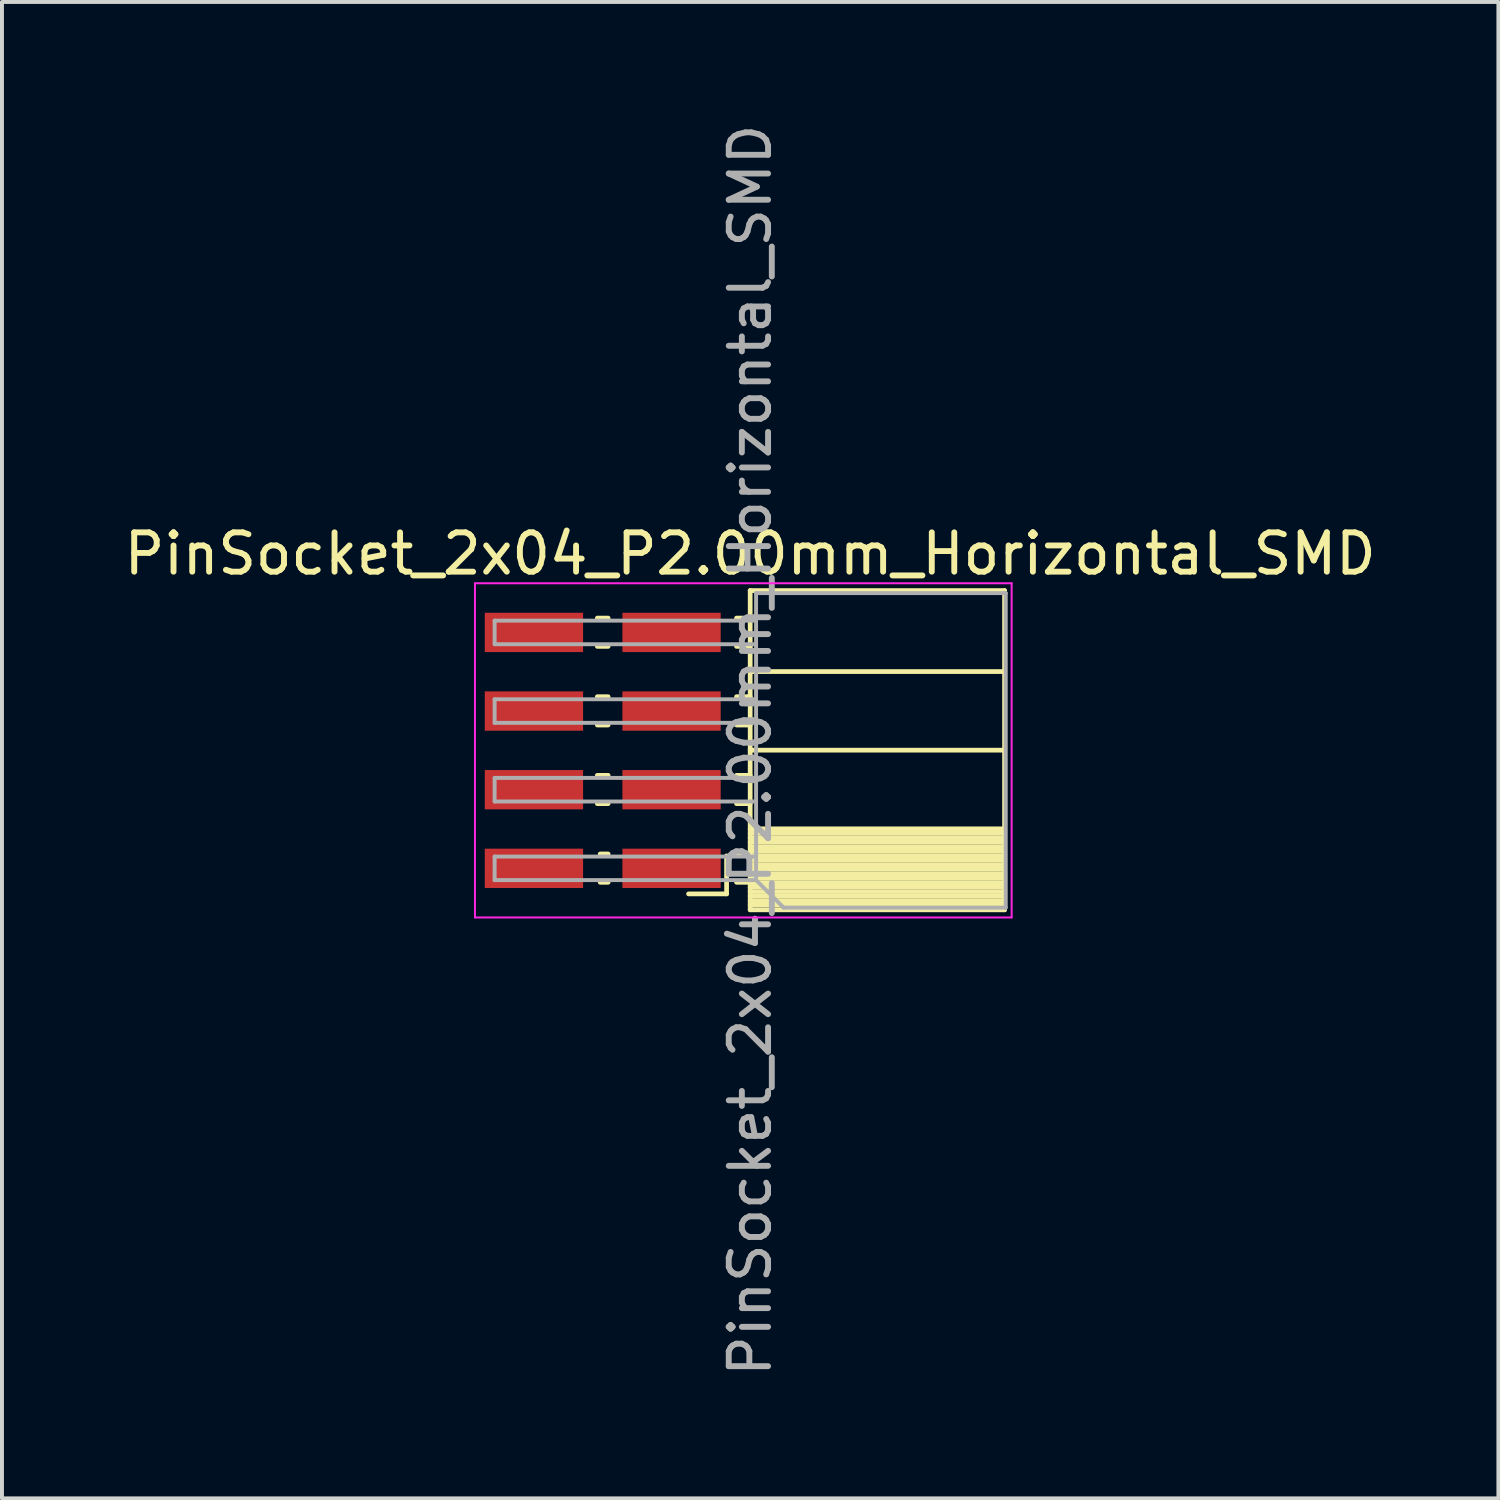
<source format=kicad_pcb>
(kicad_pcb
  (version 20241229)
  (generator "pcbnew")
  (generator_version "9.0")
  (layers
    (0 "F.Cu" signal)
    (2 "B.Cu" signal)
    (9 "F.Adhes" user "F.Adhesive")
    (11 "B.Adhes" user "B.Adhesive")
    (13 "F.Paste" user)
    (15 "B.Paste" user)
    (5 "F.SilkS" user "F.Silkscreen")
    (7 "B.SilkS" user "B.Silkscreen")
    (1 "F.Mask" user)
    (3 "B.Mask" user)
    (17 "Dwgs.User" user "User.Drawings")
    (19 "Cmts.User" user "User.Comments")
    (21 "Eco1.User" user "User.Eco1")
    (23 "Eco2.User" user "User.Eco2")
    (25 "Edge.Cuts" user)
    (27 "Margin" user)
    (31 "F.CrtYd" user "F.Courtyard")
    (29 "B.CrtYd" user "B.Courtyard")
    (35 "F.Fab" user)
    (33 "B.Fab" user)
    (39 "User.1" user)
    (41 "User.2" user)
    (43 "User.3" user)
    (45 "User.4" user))
  (footprint "PinSocket_2x04_P2.00mm_Horizontal_SMD"
    (layer "F.Cu")
    (at 16.03 16.035)
    (property "Reference" "PinSocket_2x04_P2.00mm_Horizontal_SMD" (at 0 -5 0) (layer "F.SilkS") (effects (font (size 1 1) (thickness 0.15))))
    (attr smd)
    (fp_line (start -3.613 -3.365) (end -3.887 -3.365) (stroke (width 0.12) (type solid)) (layer "F.SilkS"))
    (fp_line (start -3.613 -2.645) (end -3.887 -2.645) (stroke (width 0.12) (type solid)) (layer "F.SilkS"))
    (fp_line (start -3.613 -1.365) (end -3.887 -1.365) (stroke (width 0.12) (type solid)) (layer "F.SilkS"))
    (fp_line (start -3.613 -0.645) (end -3.887 -0.645) (stroke (width 0.12) (type solid)) (layer "F.SilkS"))
    (fp_line (start -3.613 0.635) (end -3.887 0.635) (stroke (width 0.12) (type solid)) (layer "F.SilkS"))
    (fp_line (start -3.613 1.355) (end -3.887 1.355) (stroke (width 0.12) (type solid)) (layer "F.SilkS"))
    (fp_line (start -3.613 2.635) (end -3.815 2.635) (stroke (width 0.12) (type solid)) (layer "F.SilkS"))
    (fp_line (start -3.613 3.355) (end -3.815 3.355) (stroke (width 0.12) (type solid)) (layer "F.SilkS"))
    (fp_line (start -1.567 3.65) (end -0.6 3.65) (stroke (width 0.12) (type solid)) (layer "F.SilkS"))
    (fp_line (start -0.6 2.683) (end -0.6 3.65) (stroke (width 0.12) (type solid)) (layer "F.SilkS"))
    (fp_line (start 0 -3.365) (end -0.347 -3.365) (stroke (width 0.12) (type solid)) (layer "F.SilkS"))
    (fp_line (start 0 -2.645) (end -0.347 -2.645) (stroke (width 0.12) (type solid)) (layer "F.SilkS"))
    (fp_line (start 0 -1.365) (end -0.347 -1.365) (stroke (width 0.12) (type solid)) (layer "F.SilkS"))
    (fp_line (start 0 -0.645) (end -0.347 -0.645) (stroke (width 0.12) (type solid)) (layer "F.SilkS"))
    (fp_line (start 0 0.635) (end -0.347 0.635) (stroke (width 0.12) (type solid)) (layer "F.SilkS"))
    (fp_line (start 0 1.355) (end -0.347 1.355) (stroke (width 0.12) (type solid)) (layer "F.SilkS"))
    (fp_line (start 0 2.635) (end -0.347 2.635) (stroke (width 0.12) (type solid)) (layer "F.SilkS"))
    (fp_line (start 0 3.355) (end -0.347 3.355) (stroke (width 0.12) (type solid)) (layer "F.SilkS"))
    (fp_line (start 0 4.055) (end 0 -4.065) (stroke (width 0.12) (type solid)) (layer "F.SilkS"))
    (fp_line (start 6.47 -4.065) (end 0 -4.065) (stroke (width 0.12) (type solid)) (layer "F.SilkS"))
    (fp_line (start 6.47 -2.005) (end 0 -2.005) (stroke (width 0.12) (type solid)) (layer "F.SilkS"))
    (fp_line (start 6.47 -0.005) (end 0 -0.005) (stroke (width 0.12) (type solid)) (layer "F.SilkS"))
    (fp_line (start 6.47 1.995) (end 0 1.995) (stroke (width 0.12) (type solid)) (layer "F.SilkS"))
    (fp_line (start 6.47 2.109) (end 0 2.109) (stroke (width 0.12) (type solid)) (layer "F.SilkS"))
    (fp_line (start 6.47 2.223) (end 0 2.223) (stroke (width 0.12) (type solid)) (layer "F.SilkS"))
    (fp_line (start 6.47 2.337) (end 0 2.337) (stroke (width 0.12) (type solid)) (layer "F.SilkS"))
    (fp_line (start 6.47 2.451) (end 0 2.451) (stroke (width 0.12) (type solid)) (layer "F.SilkS"))
    (fp_line (start 6.47 2.565) (end 0 2.565) (stroke (width 0.12) (type solid)) (layer "F.SilkS"))
    (fp_line (start 6.47 2.679) (end 0 2.679) (stroke (width 0.12) (type solid)) (layer "F.SilkS"))
    (fp_line (start 6.47 2.794) (end 0 2.794) (stroke (width 0.12) (type solid)) (layer "F.SilkS"))
    (fp_line (start 6.47 2.908) (end 0 2.908) (stroke (width 0.12) (type solid)) (layer "F.SilkS"))
    (fp_line (start 6.47 3.022) (end 0 3.022) (stroke (width 0.12) (type solid)) (layer "F.SilkS"))
    (fp_line (start 6.47 3.136) (end 0 3.136) (stroke (width 0.12) (type solid)) (layer "F.SilkS"))
    (fp_line (start 6.47 3.25) (end 0 3.25) (stroke (width 0.12) (type solid)) (layer "F.SilkS"))
    (fp_line (start 6.47 3.364) (end 0 3.364) (stroke (width 0.12) (type solid)) (layer "F.SilkS"))
    (fp_line (start 6.47 3.478) (end 0 3.478) (stroke (width 0.12) (type solid)) (layer "F.SilkS"))
    (fp_line (start 6.47 3.592) (end 0 3.592) (stroke (width 0.12) (type solid)) (layer "F.SilkS"))
    (fp_line (start 6.47 3.706) (end 0 3.706) (stroke (width 0.12) (type solid)) (layer "F.SilkS"))
    (fp_line (start 6.47 3.821) (end 0 3.821) (stroke (width 0.12) (type solid)) (layer "F.SilkS"))
    (fp_line (start 6.47 3.935) (end 0 3.935) (stroke (width 0.12) (type solid)) (layer "F.SilkS"))
    (fp_line (start 6.47 4.055) (end 0 4.055) (stroke (width 0.12) (type solid)) (layer "F.SilkS"))
    (fp_line (start 6.47 4.055) (end 6.47 -4.065) (stroke (width 0.12) (type solid)) (layer "F.SilkS"))
    (fp_line (start -7 -4.25) (end 6.65 -4.25) (stroke (width 0.05) (type solid)) (layer "F.CrtYd"))
    (fp_line (start -7 4.25) (end -7 -4.25) (stroke (width 0.05) (type solid)) (layer "F.CrtYd"))
    (fp_line (start 6.65 -4.25) (end 6.65 4.25) (stroke (width 0.05) (type solid)) (layer "F.CrtYd"))
    (fp_line (start 6.65 4.25) (end -7 4.25) (stroke (width 0.05) (type solid)) (layer "F.CrtYd"))
    (fp_line (start -6.5 -3.3) (end -6.5 -2.7) (stroke (width 0.1) (type solid)) (layer "F.Fab"))
    (fp_line (start -6.5 -2.7) (end 0.15 -2.7) (stroke (width 0.1) (type solid)) (layer "F.Fab"))
    (fp_line (start -6.5 -1.3) (end -6.5 -0.7) (stroke (width 0.1) (type solid)) (layer "F.Fab"))
    (fp_line (start -6.5 -0.7) (end 0.15 -0.7) (stroke (width 0.1) (type solid)) (layer "F.Fab"))
    (fp_line (start -6.5 0.7) (end -6.5 1.3) (stroke (width 0.1) (type solid)) (layer "F.Fab"))
    (fp_line (start -6.5 1.3) (end 0.15 1.3) (stroke (width 0.1) (type solid)) (layer "F.Fab"))
    (fp_line (start -6.5 2.7) (end -6.5 3.3) (stroke (width 0.1) (type solid)) (layer "F.Fab"))
    (fp_line (start -6.5 3.3) (end 0.15 3.3) (stroke (width 0.1) (type solid)) (layer "F.Fab"))
    (fp_line (start 0.15 -4) (end 6.5 -4) (stroke (width 0.1) (type solid)) (layer "F.Fab"))
    (fp_line (start 0.15 -3.3) (end -6.5 -3.3) (stroke (width 0.1) (type solid)) (layer "F.Fab"))
    (fp_line (start 0.15 -1.3) (end -6.5 -1.3) (stroke (width 0.1) (type solid)) (layer "F.Fab"))
    (fp_line (start 0.15 0.7) (end -6.5 0.7) (stroke (width 0.1) (type solid)) (layer "F.Fab"))
    (fp_line (start 0.15 2.7) (end -6.5 2.7) (stroke (width 0.1) (type solid)) (layer "F.Fab"))
    (fp_line (start 0.15 3.3) (end 0.15 -4) (stroke (width 0.1) (type solid)) (layer "F.Fab"))
    (fp_line (start 0.85 4) (end 0.15 3.3) (stroke (width 0.1) (type solid)) (layer "F.Fab"))
    (fp_line (start 6.5 -4) (end 6.5 4) (stroke (width 0.1) (type solid)) (layer "F.Fab"))
    (fp_line (start 6.5 4) (end 0.85 4) (stroke (width 0.1) (type solid)) (layer "F.Fab"))
    (fp_text user "${REFERENCE}" (at 0 -0.005 90) (layer "F.Fab") (effects (font (size 1 1) (thickness 0.15))))
    (pad "1" smd rect (at -2 3 180) (size 2.5 1) (layers "F.Cu" "F.Mask" "F.Paste"))
    (pad "2" smd rect (at -5.5 3 180) (size 2.5 1) (layers "F.Cu" "F.Mask" "F.Paste"))
    (pad "3" smd rect (at -2 1 180) (size 2.5 1) (layers "F.Cu" "F.Mask" "F.Paste"))
    (pad "4" smd rect (at -5.5 1 180) (size 2.5 1) (layers "F.Cu" "F.Mask" "F.Paste"))
    (pad "5" smd rect (at -2 -1 180) (size 2.5 1) (layers "F.Cu" "F.Mask" "F.Paste"))
    (pad "6" smd rect (at -5.5 -1 180) (size 2.5 1) (layers "F.Cu" "F.Mask" "F.Paste"))
    (pad "7" smd rect (at -2 -3 180) (size 2.5 1) (layers "F.Cu" "F.Mask" "F.Paste"))
    (pad "8" smd rect (at -5.5 -3 180) (size 2.5 1) (layers "F.Cu" "F.Mask" "F.Paste")))
  (gr_rect
    (start -3 -3)
    (end 35.06 35.06)
    (stroke (width 0.1) (type default))
    (fill no)
    (layer "Edge.Cuts")))
</source>
